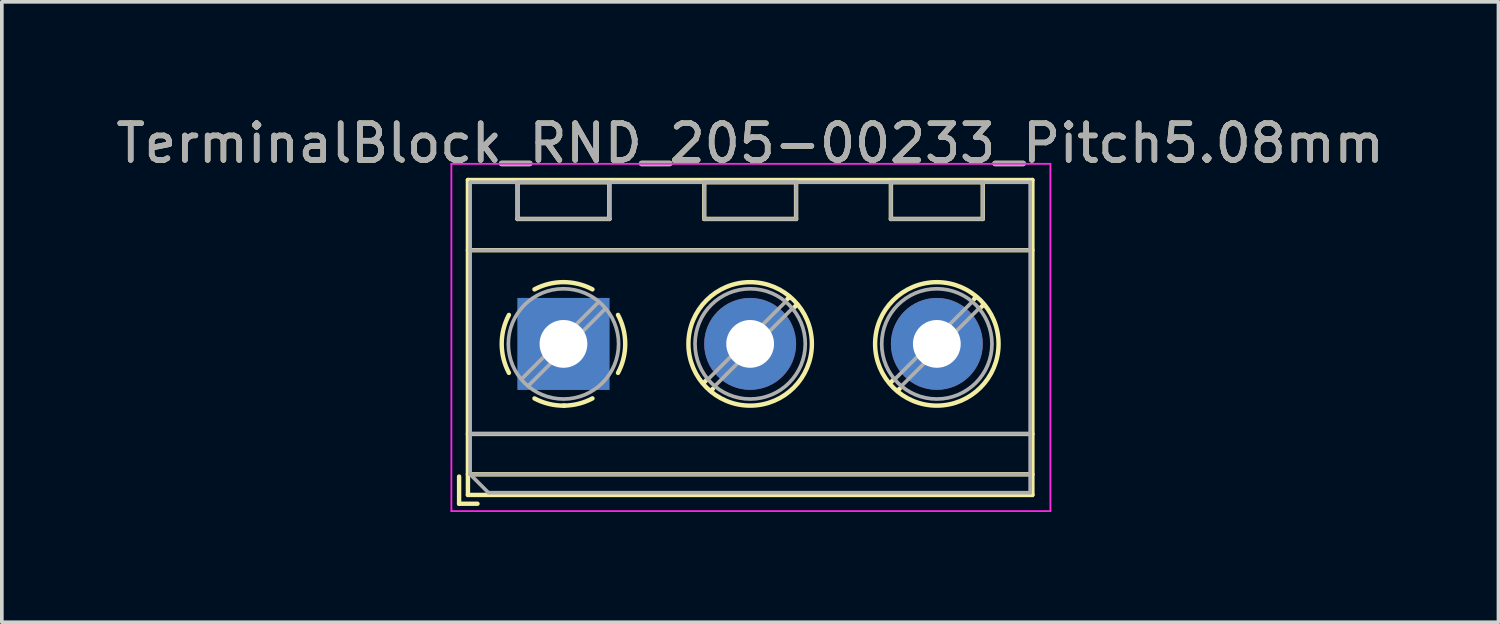
<source format=kicad_pcb>
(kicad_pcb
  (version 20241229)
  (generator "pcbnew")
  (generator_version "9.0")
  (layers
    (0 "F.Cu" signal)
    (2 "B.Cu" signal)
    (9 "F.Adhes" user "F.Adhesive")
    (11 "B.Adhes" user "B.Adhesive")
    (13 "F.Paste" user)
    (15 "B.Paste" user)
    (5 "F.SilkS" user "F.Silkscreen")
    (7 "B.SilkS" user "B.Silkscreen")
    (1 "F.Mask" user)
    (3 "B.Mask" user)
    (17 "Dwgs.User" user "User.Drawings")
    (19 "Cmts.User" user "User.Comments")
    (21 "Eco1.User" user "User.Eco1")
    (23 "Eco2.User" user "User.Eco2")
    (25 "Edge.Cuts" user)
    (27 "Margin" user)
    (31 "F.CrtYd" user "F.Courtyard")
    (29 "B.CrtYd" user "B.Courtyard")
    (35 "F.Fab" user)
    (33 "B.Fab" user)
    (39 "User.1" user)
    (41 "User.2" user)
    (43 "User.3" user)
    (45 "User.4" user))
  (footprint "TerminalBlock_RND_205-00233_Pitch5.08mm"
    (layer "F.Cu")
    (at 12.283 6.308)
    (property "Reference" "TerminalBlock_RND_205-00233_Pitch5.08mm" (at 5.08 -5.46 0) (layer "F.SilkS") (effects (font (size 1 1) (thickness 0.15))))
    (attr through_hole)
    (fp_line (start -2.84 3.61) (end -2.84 4.35) (stroke (width 0.12) (type solid)) (layer "F.SilkS"))
    (fp_line (start -2.84 4.35) (end -2.34 4.35) (stroke (width 0.12) (type solid)) (layer "F.SilkS"))
    (fp_line (start -2.6 -4.46) (end -2.6 4.11) (stroke (width 0.12) (type solid)) (layer "F.SilkS"))
    (fp_line (start -2.6 -2.55) (end 12.76 -2.55) (stroke (width 0.12) (type solid)) (layer "F.SilkS"))
    (fp_line (start -2.6 2.45) (end 12.76 2.45) (stroke (width 0.12) (type solid)) (layer "F.SilkS"))
    (fp_line (start -2.6 3.55) (end 12.76 3.55) (stroke (width 0.12) (type solid)) (layer "F.SilkS"))
    (fp_line (start -2.6 4.11) (end 12.76 4.11) (stroke (width 0.12) (type solid)) (layer "F.SilkS"))
    (fp_line (start -1.25 -4.4) (end -1.25 -3.4) (stroke (width 0.12) (type solid)) (layer "F.SilkS"))
    (fp_line (start -1.25 -4.4) (end 1.25 -4.4) (stroke (width 0.12) (type solid)) (layer "F.SilkS"))
    (fp_line (start -1.25 -3.4) (end 1.25 -3.4) (stroke (width 0.12) (type solid)) (layer "F.SilkS"))
    (fp_line (start 1.25 -4.4) (end 1.25 -3.4) (stroke (width 0.12) (type solid)) (layer "F.SilkS"))
    (fp_line (start 3.83 -4.4) (end 3.83 -3.4) (stroke (width 0.12) (type solid)) (layer "F.SilkS"))
    (fp_line (start 3.83 -4.4) (end 6.33 -4.4) (stroke (width 0.12) (type solid)) (layer "F.SilkS"))
    (fp_line (start 3.83 -3.4) (end 6.33 -3.4) (stroke (width 0.12) (type solid)) (layer "F.SilkS"))
    (fp_line (start 3.9 0.976) (end 3.806 1.069) (stroke (width 0.12) (type solid)) (layer "F.SilkS"))
    (fp_line (start 4.07 1.216) (end 4.011 1.274) (stroke (width 0.12) (type solid)) (layer "F.SilkS"))
    (fp_line (start 6.15 -1.275) (end 6.091 -1.216) (stroke (width 0.12) (type solid)) (layer "F.SilkS"))
    (fp_line (start 6.33 -4.4) (end 6.33 -3.4) (stroke (width 0.12) (type solid)) (layer "F.SilkS"))
    (fp_line (start 6.355 -1.069) (end 6.261 -0.976) (stroke (width 0.12) (type solid)) (layer "F.SilkS"))
    (fp_line (start 8.91 -4.4) (end 8.91 -3.4) (stroke (width 0.12) (type solid)) (layer "F.SilkS"))
    (fp_line (start 8.91 -4.4) (end 11.41 -4.4) (stroke (width 0.12) (type solid)) (layer "F.SilkS"))
    (fp_line (start 8.91 -3.4) (end 11.41 -3.4) (stroke (width 0.12) (type solid)) (layer "F.SilkS"))
    (fp_line (start 8.98 0.976) (end 8.886 1.069) (stroke (width 0.12) (type solid)) (layer "F.SilkS"))
    (fp_line (start 9.15 1.216) (end 9.091 1.274) (stroke (width 0.12) (type solid)) (layer "F.SilkS"))
    (fp_line (start 11.23 -1.275) (end 11.171 -1.216) (stroke (width 0.12) (type solid)) (layer "F.SilkS"))
    (fp_line (start 11.41 -4.4) (end 11.41 -3.4) (stroke (width 0.12) (type solid)) (layer "F.SilkS"))
    (fp_line (start 11.435 -1.069) (end 11.341 -0.976) (stroke (width 0.12) (type solid)) (layer "F.SilkS"))
    (fp_line (start 12.76 -4.46) (end -2.6 -4.46) (stroke (width 0.12) (type solid)) (layer "F.SilkS"))
    (fp_line (start 12.76 4.11) (end 12.76 -4.46) (stroke (width 0.12) (type solid)) (layer "F.SilkS"))
    (fp_arc (start -1.483953 0.789089) (mid -1.680708 0.00005) (end -1.484 -0.789) (stroke (width 0.12) (type solid)) (layer "F.SilkS"))
    (fp_arc (start -0.789089 -1.483953) (mid -0.00005 -1.680708) (end 0.789 -1.484) (stroke (width 0.12) (type solid)) (layer "F.SilkS"))
    (fp_arc (start 0.029383 1.68045) (mid -0.392304 1.634281) (end -0.789 1.484) (stroke (width 0.12) (type solid)) (layer "F.SilkS"))
    (fp_arc (start 0.788712 1.483352) (mid 0.406429 1.630097) (end 0 1.68) (stroke (width 0.12) (type solid)) (layer "F.SilkS"))
    (fp_arc (start 1.483953 -0.789089) (mid 1.680708 -0.00005) (end 1.484 0.789) (stroke (width 0.12) (type solid)) (layer "F.SilkS"))
    (fp_circle (center 5.08 0) (end 6.76 0) (stroke (width 0.12) (type solid)) (fill no) (layer "F.SilkS"))
    (fp_circle (center 10.16 0) (end 11.84 0) (stroke (width 0.12) (type solid)) (fill no) (layer "F.SilkS"))
    (fp_line (start -3.05 -4.9) (end -3.05 4.55) (stroke (width 0.05) (type solid)) (layer "F.CrtYd"))
    (fp_line (start -3.05 4.55) (end 13.25 4.55) (stroke (width 0.05) (type solid)) (layer "F.CrtYd"))
    (fp_line (start 13.25 -4.9) (end -3.05 -4.9) (stroke (width 0.05) (type solid)) (layer "F.CrtYd"))
    (fp_line (start 13.25 4.55) (end 13.25 -4.9) (stroke (width 0.05) (type solid)) (layer "F.CrtYd"))
    (fp_line (start -2.54 -4.4) (end 12.7 -4.4) (stroke (width 0.1) (type solid)) (layer "F.Fab"))
    (fp_line (start -2.54 -2.55) (end 12.7 -2.55) (stroke (width 0.1) (type solid)) (layer "F.Fab"))
    (fp_line (start -2.54 2.45) (end 12.7 2.45) (stroke (width 0.1) (type solid)) (layer "F.Fab"))
    (fp_line (start -2.54 3.55) (end -2.54 -4.4) (stroke (width 0.1) (type solid)) (layer "F.Fab"))
    (fp_line (start -2.54 3.55) (end 12.7 3.55) (stroke (width 0.1) (type solid)) (layer "F.Fab"))
    (fp_line (start -2.04 4.05) (end -2.54 3.55) (stroke (width 0.1) (type solid)) (layer "F.Fab"))
    (fp_line (start -1.25 -4.4) (end -1.25 -3.4) (stroke (width 0.1) (type solid)) (layer "F.Fab"))
    (fp_line (start -1.25 -3.4) (end 1.25 -3.4) (stroke (width 0.1) (type solid)) (layer "F.Fab"))
    (fp_line (start 0.955 -1.138) (end -1.138 0.955) (stroke (width 0.1) (type solid)) (layer "F.Fab"))
    (fp_line (start 1.138 -0.955) (end -0.955 1.138) (stroke (width 0.1) (type solid)) (layer "F.Fab"))
    (fp_line (start 1.25 -4.4) (end -1.25 -4.4) (stroke (width 0.1) (type solid)) (layer "F.Fab"))
    (fp_line (start 1.25 -3.4) (end 1.25 -4.4) (stroke (width 0.1) (type solid)) (layer "F.Fab"))
    (fp_line (start 3.83 -4.4) (end 3.83 -3.4) (stroke (width 0.1) (type solid)) (layer "F.Fab"))
    (fp_line (start 3.83 -3.4) (end 6.33 -3.4) (stroke (width 0.1) (type solid)) (layer "F.Fab"))
    (fp_line (start 6.035 -1.138) (end 3.943 0.955) (stroke (width 0.1) (type solid)) (layer "F.Fab"))
    (fp_line (start 6.218 -0.955) (end 4.126 1.138) (stroke (width 0.1) (type solid)) (layer "F.Fab"))
    (fp_line (start 6.33 -4.4) (end 3.83 -4.4) (stroke (width 0.1) (type solid)) (layer "F.Fab"))
    (fp_line (start 6.33 -3.4) (end 6.33 -4.4) (stroke (width 0.1) (type solid)) (layer "F.Fab"))
    (fp_line (start 8.91 -4.4) (end 8.91 -3.4) (stroke (width 0.1) (type solid)) (layer "F.Fab"))
    (fp_line (start 8.91 -3.4) (end 11.41 -3.4) (stroke (width 0.1) (type solid)) (layer "F.Fab"))
    (fp_line (start 11.115 -1.138) (end 9.023 0.955) (stroke (width 0.1) (type solid)) (layer "F.Fab"))
    (fp_line (start 11.298 -0.955) (end 9.206 1.138) (stroke (width 0.1) (type solid)) (layer "F.Fab"))
    (fp_line (start 11.41 -4.4) (end 8.91 -4.4) (stroke (width 0.1) (type solid)) (layer "F.Fab"))
    (fp_line (start 11.41 -3.4) (end 11.41 -4.4) (stroke (width 0.1) (type solid)) (layer "F.Fab"))
    (fp_line (start 12.7 -4.4) (end 12.7 4.05) (stroke (width 0.1) (type solid)) (layer "F.Fab"))
    (fp_line (start 12.7 4.05) (end -2.04 4.05) (stroke (width 0.1) (type solid)) (layer "F.Fab"))
    (fp_circle (center 0 0) (end 1.5 0) (stroke (width 0.1) (type solid)) (fill no) (layer "F.Fab"))
    (fp_circle (center 5.08 0) (end 6.58 0) (stroke (width 0.1) (type solid)) (fill no) (layer "F.Fab"))
    (fp_circle (center 10.16 0) (end 11.66 0) (stroke (width 0.1) (type solid)) (fill no) (layer "F.Fab"))
    (fp_text user "${REFERENCE}" (at 5.08 -5.46 0) (layer "F.Fab") (effects (font (size 1 1) (thickness 0.15))))
    (pad "1" thru_hole rect (at 0 0) (size 2.5 2.5) (drill 1.3) (layers "*.Cu" "*.Mask"))
    (pad "2" thru_hole circle (at 5.08 0) (size 2.5 2.5) (drill 1.3) (layers "*.Cu" "*.Mask"))
    (pad "3" thru_hole circle (at 10.16 0) (size 2.5 2.5) (drill 1.3) (layers "*.Cu" "*.Mask")))
  (gr_rect
    (start -3 -3)
    (end 37.726 13.883)
    (stroke (width 0.1) (type default))
    (fill no)
    (layer "Edge.Cuts")))
</source>
